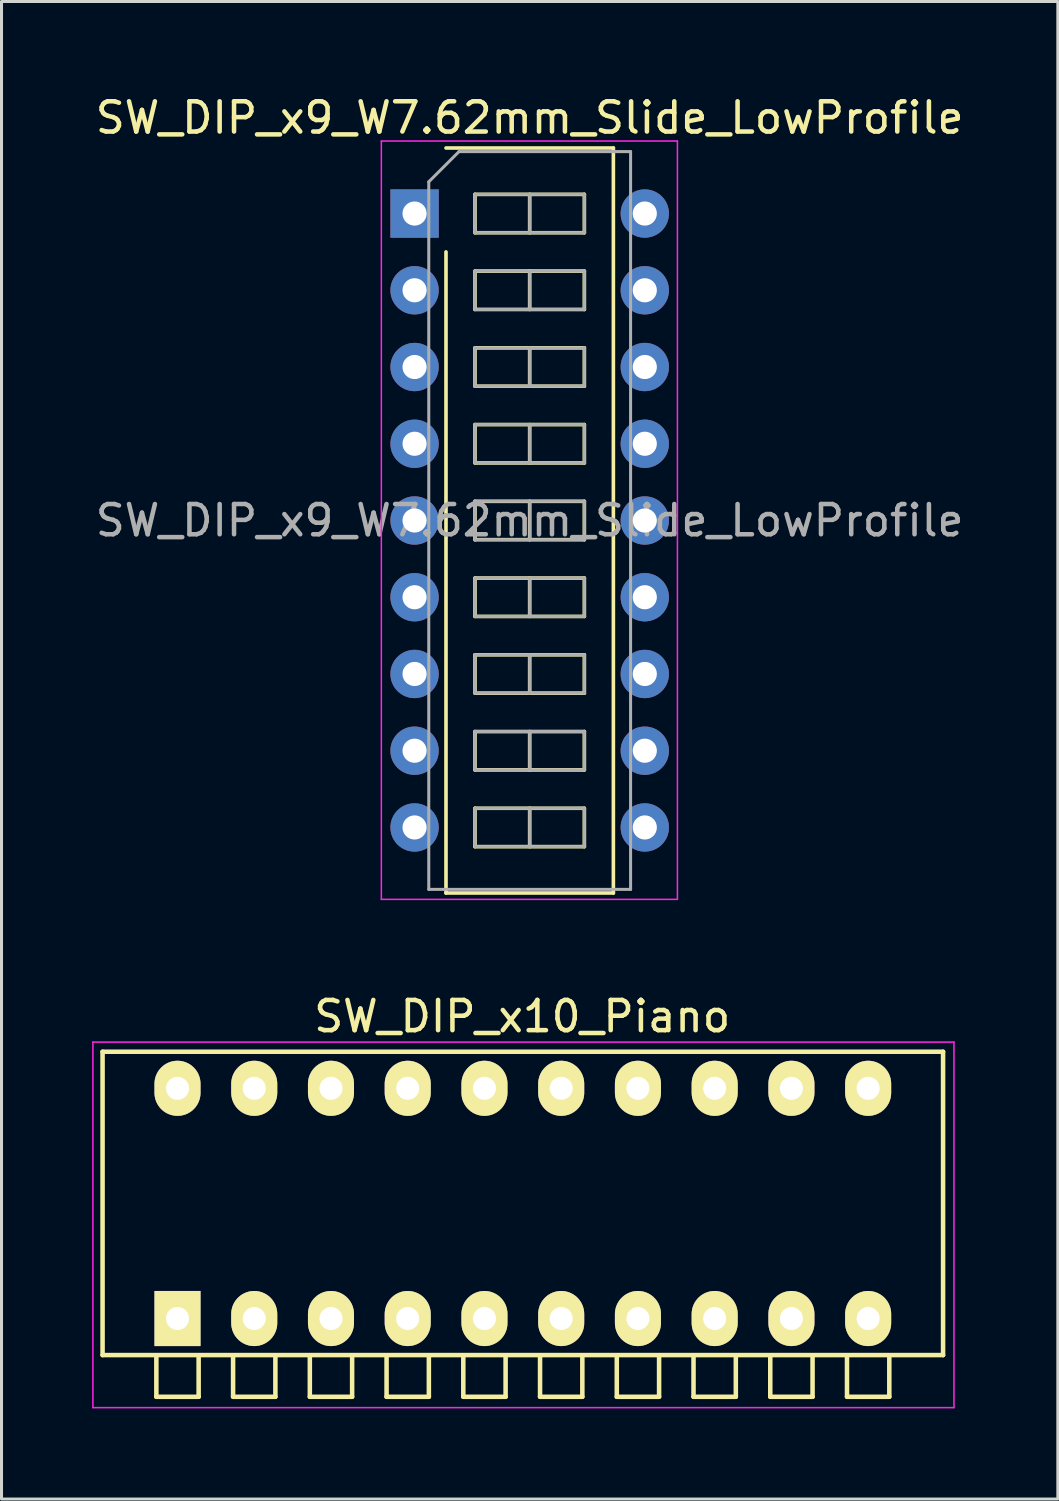
<source format=kicad_pcb>
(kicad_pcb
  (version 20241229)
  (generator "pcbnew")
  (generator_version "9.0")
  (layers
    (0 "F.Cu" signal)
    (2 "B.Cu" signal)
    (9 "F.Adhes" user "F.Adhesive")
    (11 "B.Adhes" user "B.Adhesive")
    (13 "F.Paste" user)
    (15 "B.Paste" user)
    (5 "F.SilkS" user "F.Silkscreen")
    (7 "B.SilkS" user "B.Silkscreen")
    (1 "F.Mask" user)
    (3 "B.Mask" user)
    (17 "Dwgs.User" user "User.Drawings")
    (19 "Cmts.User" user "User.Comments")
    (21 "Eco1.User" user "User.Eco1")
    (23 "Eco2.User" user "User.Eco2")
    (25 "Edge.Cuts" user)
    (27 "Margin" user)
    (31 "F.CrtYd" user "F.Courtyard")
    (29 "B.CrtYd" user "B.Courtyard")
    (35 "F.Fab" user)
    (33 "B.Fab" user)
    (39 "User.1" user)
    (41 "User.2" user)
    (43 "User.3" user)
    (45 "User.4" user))
  (footprint "SW_DIP_x10_Piano"
    (layer "F.Cu")
    (at 2.825 40.592)
    (property "Reference" "SW_DIP_x10_Piano" (at 11.41 -10 0) (layer "F.SilkS") (effects (font (size 1 1) (thickness 0.15))))
    (attr through_hole)
    (fp_line (start -2.48 -8.83) (end 25.34 -8.83) (stroke (width 0.15) (type solid)) (layer "F.SilkS"))
    (fp_line (start -2.48 1.21) (end -2.48 -8.83) (stroke (width 0.15) (type solid)) (layer "F.SilkS"))
    (fp_line (start -0.7 1.22) (end -0.7 2.59) (stroke (width 0.15) (type solid)) (layer "F.SilkS"))
    (fp_line (start -0.7 2.59) (end 0.7 2.59) (stroke (width 0.15) (type solid)) (layer "F.SilkS"))
    (fp_line (start 0.7 2.59) (end 0.7 1.22) (stroke (width 0.15) (type solid)) (layer "F.SilkS"))
    (fp_line (start 1.84 1.22) (end 1.84 2.59) (stroke (width 0.15) (type solid)) (layer "F.SilkS"))
    (fp_line (start 1.84 2.59) (end 3.24 2.59) (stroke (width 0.15) (type solid)) (layer "F.SilkS"))
    (fp_line (start 3.24 2.59) (end 3.24 1.22) (stroke (width 0.15) (type solid)) (layer "F.SilkS"))
    (fp_line (start 4.38 1.22) (end 4.38 2.59) (stroke (width 0.15) (type solid)) (layer "F.SilkS"))
    (fp_line (start 4.38 2.59) (end 5.78 2.59) (stroke (width 0.15) (type solid)) (layer "F.SilkS"))
    (fp_line (start 5.78 2.59) (end 5.78 1.22) (stroke (width 0.15) (type solid)) (layer "F.SilkS"))
    (fp_line (start 6.92 1.22) (end 6.92 2.59) (stroke (width 0.15) (type solid)) (layer "F.SilkS"))
    (fp_line (start 6.92 2.59) (end 8.32 2.59) (stroke (width 0.15) (type solid)) (layer "F.SilkS"))
    (fp_line (start 8.32 2.59) (end 8.32 1.22) (stroke (width 0.15) (type solid)) (layer "F.SilkS"))
    (fp_line (start 9.46 1.22) (end 9.46 2.59) (stroke (width 0.15) (type solid)) (layer "F.SilkS"))
    (fp_line (start 9.46 2.59) (end 10.86 2.59) (stroke (width 0.15) (type solid)) (layer "F.SilkS"))
    (fp_line (start 10.86 2.59) (end 10.86 1.22) (stroke (width 0.15) (type solid)) (layer "F.SilkS"))
    (fp_line (start 12 1.22) (end 12 2.59) (stroke (width 0.15) (type solid)) (layer "F.SilkS"))
    (fp_line (start 12 2.59) (end 13.4 2.59) (stroke (width 0.15) (type solid)) (layer "F.SilkS"))
    (fp_line (start 13.4 2.59) (end 13.4 1.22) (stroke (width 0.15) (type solid)) (layer "F.SilkS"))
    (fp_line (start 14.54 1.22) (end 14.54 2.59) (stroke (width 0.15) (type solid)) (layer "F.SilkS"))
    (fp_line (start 14.54 2.59) (end 15.94 2.59) (stroke (width 0.15) (type solid)) (layer "F.SilkS"))
    (fp_line (start 15.94 2.59) (end 15.94 1.22) (stroke (width 0.15) (type solid)) (layer "F.SilkS"))
    (fp_line (start 17.08 1.22) (end 17.08 2.59) (stroke (width 0.15) (type solid)) (layer "F.SilkS"))
    (fp_line (start 17.08 2.59) (end 18.48 2.59) (stroke (width 0.15) (type solid)) (layer "F.SilkS"))
    (fp_line (start 18.48 2.59) (end 18.48 1.22) (stroke (width 0.15) (type solid)) (layer "F.SilkS"))
    (fp_line (start 19.62 1.22) (end 19.62 2.59) (stroke (width 0.15) (type solid)) (layer "F.SilkS"))
    (fp_line (start 19.62 2.59) (end 21.02 2.59) (stroke (width 0.15) (type solid)) (layer "F.SilkS"))
    (fp_line (start 21.02 2.59) (end 21.02 1.22) (stroke (width 0.15) (type solid)) (layer "F.SilkS"))
    (fp_line (start 22.16 1.22) (end 22.16 2.59) (stroke (width 0.15) (type solid)) (layer "F.SilkS"))
    (fp_line (start 22.16 2.59) (end 23.56 2.59) (stroke (width 0.15) (type solid)) (layer "F.SilkS"))
    (fp_line (start 23.56 2.59) (end 23.56 1.22) (stroke (width 0.15) (type solid)) (layer "F.SilkS"))
    (fp_line (start 25.34 -8.83) (end 25.34 1.21) (stroke (width 0.15) (type solid)) (layer "F.SilkS"))
    (fp_line (start 25.34 1.21) (end -2.48 1.21) (stroke (width 0.15) (type solid)) (layer "F.SilkS"))
    (fp_line (start -2.8 -9.15) (end -2.8 2.95) (stroke (width 0.05) (type solid)) (layer "F.CrtYd"))
    (fp_line (start -2.8 2.95) (end 25.7 2.95) (stroke (width 0.05) (type solid)) (layer "F.CrtYd"))
    (fp_line (start 25.7 -9.15) (end -2.8 -9.15) (stroke (width 0.05) (type solid)) (layer "F.CrtYd"))
    (fp_line (start 25.7 2.95) (end 25.7 -9.15) (stroke (width 0.05) (type solid)) (layer "F.CrtYd"))
    (pad "1" thru_hole rect (at 0 0) (size 1.524 1.824) (drill 0.762) (layers "*.Cu" "*.Mask" "F.SilkS"))
    (pad "2" thru_hole oval (at 2.54 0) (size 1.524 1.824) (drill 0.762) (layers "*.Cu" "*.Mask" "F.SilkS"))
    (pad "3" thru_hole oval (at 5.08 0) (size 1.524 1.824) (drill 0.762) (layers "*.Cu" "*.Mask" "F.SilkS"))
    (pad "4" thru_hole oval (at 7.62 0) (size 1.524 1.824) (drill 0.762) (layers "*.Cu" "*.Mask" "F.SilkS"))
    (pad "5" thru_hole oval (at 10.16 0) (size 1.524 1.824) (drill 0.762) (layers "*.Cu" "*.Mask" "F.SilkS"))
    (pad "6" thru_hole oval (at 12.7 0) (size 1.524 1.824) (drill 0.762) (layers "*.Cu" "*.Mask" "F.SilkS"))
    (pad "7" thru_hole oval (at 15.24 0) (size 1.524 1.824) (drill 0.762) (layers "*.Cu" "*.Mask" "F.SilkS"))
    (pad "8" thru_hole oval (at 17.78 0) (size 1.524 1.824) (drill 0.762) (layers "*.Cu" "*.Mask" "F.SilkS"))
    (pad "9" thru_hole oval (at 20.32 0) (size 1.524 1.824) (drill 0.762) (layers "*.Cu" "*.Mask" "F.SilkS"))
    (pad "10" thru_hole oval (at 22.86 0) (size 1.524 1.824) (drill 0.762) (layers "*.Cu" "*.Mask" "F.SilkS"))
    (pad "11" thru_hole oval (at 22.86 -7.62) (size 1.524 1.824) (drill 0.762) (layers "*.Cu" "*.Mask" "F.SilkS"))
    (pad "12" thru_hole oval (at 20.32 -7.62) (size 1.524 1.824) (drill 0.762) (layers "*.Cu" "*.Mask" "F.SilkS"))
    (pad "13" thru_hole oval (at 17.78 -7.62) (size 1.524 1.824) (drill 0.762) (layers "*.Cu" "*.Mask" "F.SilkS"))
    (pad "14" thru_hole oval (at 15.24 -7.62) (size 1.524 1.824) (drill 0.762) (layers "*.Cu" "*.Mask" "F.SilkS"))
    (pad "15" thru_hole oval (at 12.7 -7.62) (size 1.524 1.824) (drill 0.762) (layers "*.Cu" "*.Mask" "F.SilkS"))
    (pad "16" thru_hole oval (at 10.16 -7.62) (size 1.524 1.824) (drill 0.762) (layers "*.Cu" "*.Mask" "F.SilkS"))
    (pad "17" thru_hole oval (at 7.62 -7.62) (size 1.524 1.824) (drill 0.762) (layers "*.Cu" "*.Mask" "F.SilkS"))
    (pad "18" thru_hole oval (at 5.08 -7.62) (size 1.524 1.824) (drill 0.762) (layers "*.Cu" "*.Mask" "F.SilkS"))
    (pad "19" thru_hole oval (at 2.54 -7.62) (size 1.524 1.824) (drill 0.762) (layers "*.Cu" "*.Mask" "F.SilkS"))
    (pad "20" thru_hole oval (at 0 -7.62) (size 1.524 1.824) (drill 0.762) (layers "*.Cu" "*.Mask" "F.SilkS")))
  (footprint "SW_DIP_x9_W7.62mm_Slide_LowProfile"
    (layer "F.Cu")
    (at 10.672 4.018)
    (property "Reference" "SW_DIP_x9_W7.62mm_Slide_LowProfile" (at 3.81 -3.17 0) (layer "F.SilkS") (effects (font (size 1 1) (thickness 0.15))))
    (attr through_hole)
    (fp_line (start 1.04 -2.17) (end 6.58 -2.17) (stroke (width 0.12) (type solid)) (layer "F.SilkS"))
    (fp_line (start 1.04 22.49) (end 1.04 1.27) (stroke (width 0.12) (type solid)) (layer "F.SilkS"))
    (fp_line (start 2 -0.635) (end 2 0.635) (stroke (width 0.12) (type solid)) (layer "F.SilkS"))
    (fp_line (start 2 0.635) (end 5.62 0.635) (stroke (width 0.12) (type solid)) (layer "F.SilkS"))
    (fp_line (start 2 1.905) (end 2 3.175) (stroke (width 0.12) (type solid)) (layer "F.SilkS"))
    (fp_line (start 2 3.175) (end 5.62 3.175) (stroke (width 0.12) (type solid)) (layer "F.SilkS"))
    (fp_line (start 2 4.445) (end 2 5.715) (stroke (width 0.12) (type solid)) (layer "F.SilkS"))
    (fp_line (start 2 5.715) (end 5.62 5.715) (stroke (width 0.12) (type solid)) (layer "F.SilkS"))
    (fp_line (start 2 6.985) (end 2 8.255) (stroke (width 0.12) (type solid)) (layer "F.SilkS"))
    (fp_line (start 2 8.255) (end 5.62 8.255) (stroke (width 0.12) (type solid)) (layer "F.SilkS"))
    (fp_line (start 2 9.525) (end 2 10.795) (stroke (width 0.12) (type solid)) (layer "F.SilkS"))
    (fp_line (start 2 10.795) (end 5.62 10.795) (stroke (width 0.12) (type solid)) (layer "F.SilkS"))
    (fp_line (start 2 12.065) (end 2 13.335) (stroke (width 0.12) (type solid)) (layer "F.SilkS"))
    (fp_line (start 2 13.335) (end 5.62 13.335) (stroke (width 0.12) (type solid)) (layer "F.SilkS"))
    (fp_line (start 2 14.605) (end 2 15.875) (stroke (width 0.12) (type solid)) (layer "F.SilkS"))
    (fp_line (start 2 15.875) (end 5.62 15.875) (stroke (width 0.12) (type solid)) (layer "F.SilkS"))
    (fp_line (start 2 17.145) (end 2 18.415) (stroke (width 0.12) (type solid)) (layer "F.SilkS"))
    (fp_line (start 2 18.415) (end 5.62 18.415) (stroke (width 0.12) (type solid)) (layer "F.SilkS"))
    (fp_line (start 2 19.685) (end 2 20.955) (stroke (width 0.12) (type solid)) (layer "F.SilkS"))
    (fp_line (start 2 20.955) (end 5.62 20.955) (stroke (width 0.12) (type solid)) (layer "F.SilkS"))
    (fp_line (start 3.81 -0.635) (end 3.81 0.635) (stroke (width 0.12) (type solid)) (layer "F.SilkS"))
    (fp_line (start 3.81 1.905) (end 3.81 3.175) (stroke (width 0.12) (type solid)) (layer "F.SilkS"))
    (fp_line (start 3.81 4.445) (end 3.81 5.715) (stroke (width 0.12) (type solid)) (layer "F.SilkS"))
    (fp_line (start 3.81 6.985) (end 3.81 8.255) (stroke (width 0.12) (type solid)) (layer "F.SilkS"))
    (fp_line (start 3.81 9.525) (end 3.81 10.795) (stroke (width 0.12) (type solid)) (layer "F.SilkS"))
    (fp_line (start 3.81 12.065) (end 3.81 13.335) (stroke (width 0.12) (type solid)) (layer "F.SilkS"))
    (fp_line (start 3.81 14.605) (end 3.81 15.875) (stroke (width 0.12) (type solid)) (layer "F.SilkS"))
    (fp_line (start 3.81 17.145) (end 3.81 18.415) (stroke (width 0.12) (type solid)) (layer "F.SilkS"))
    (fp_line (start 3.81 19.685) (end 3.81 20.955) (stroke (width 0.12) (type solid)) (layer "F.SilkS"))
    (fp_line (start 5.62 -0.635) (end 2 -0.635) (stroke (width 0.12) (type solid)) (layer "F.SilkS"))
    (fp_line (start 5.62 0.635) (end 5.62 -0.635) (stroke (width 0.12) (type solid)) (layer "F.SilkS"))
    (fp_line (start 5.62 1.905) (end 2 1.905) (stroke (width 0.12) (type solid)) (layer "F.SilkS"))
    (fp_line (start 5.62 3.175) (end 5.62 1.905) (stroke (width 0.12) (type solid)) (layer "F.SilkS"))
    (fp_line (start 5.62 4.445) (end 2 4.445) (stroke (width 0.12) (type solid)) (layer "F.SilkS"))
    (fp_line (start 5.62 5.715) (end 5.62 4.445) (stroke (width 0.12) (type solid)) (layer "F.SilkS"))
    (fp_line (start 5.62 6.985) (end 2 6.985) (stroke (width 0.12) (type solid)) (layer "F.SilkS"))
    (fp_line (start 5.62 8.255) (end 5.62 6.985) (stroke (width 0.12) (type solid)) (layer "F.SilkS"))
    (fp_line (start 5.62 9.525) (end 2 9.525) (stroke (width 0.12) (type solid)) (layer "F.SilkS"))
    (fp_line (start 5.62 10.795) (end 5.62 9.525) (stroke (width 0.12) (type solid)) (layer "F.SilkS"))
    (fp_line (start 5.62 12.065) (end 2 12.065) (stroke (width 0.12) (type solid)) (layer "F.SilkS"))
    (fp_line (start 5.62 13.335) (end 5.62 12.065) (stroke (width 0.12) (type solid)) (layer "F.SilkS"))
    (fp_line (start 5.62 14.605) (end 2 14.605) (stroke (width 0.12) (type solid)) (layer "F.SilkS"))
    (fp_line (start 5.62 15.875) (end 5.62 14.605) (stroke (width 0.12) (type solid)) (layer "F.SilkS"))
    (fp_line (start 5.62 17.145) (end 2 17.145) (stroke (width 0.12) (type solid)) (layer "F.SilkS"))
    (fp_line (start 5.62 18.415) (end 5.62 17.145) (stroke (width 0.12) (type solid)) (layer "F.SilkS"))
    (fp_line (start 5.62 19.685) (end 2 19.685) (stroke (width 0.12) (type solid)) (layer "F.SilkS"))
    (fp_line (start 5.62 20.955) (end 5.62 19.685) (stroke (width 0.12) (type solid)) (layer "F.SilkS"))
    (fp_line (start 6.58 -2.17) (end 6.58 22.49) (stroke (width 0.12) (type solid)) (layer "F.SilkS"))
    (fp_line (start 6.58 22.49) (end 1.04 22.49) (stroke (width 0.12) (type solid)) (layer "F.SilkS"))
    (fp_line (start -1.1 -2.4) (end -1.1 22.7) (stroke (width 0.05) (type solid)) (layer "F.CrtYd"))
    (fp_line (start -1.1 22.7) (end 8.7 22.7) (stroke (width 0.05) (type solid)) (layer "F.CrtYd"))
    (fp_line (start 8.7 -2.4) (end -1.1 -2.4) (stroke (width 0.05) (type solid)) (layer "F.CrtYd"))
    (fp_line (start 8.7 22.7) (end 8.7 -2.4) (stroke (width 0.05) (type solid)) (layer "F.CrtYd"))
    (fp_line (start 0.47 -1.05) (end 1.47 -2.05) (stroke (width 0.1) (type solid)) (layer "F.Fab"))
    (fp_line (start 0.47 22.37) (end 0.47 -1.05) (stroke (width 0.1) (type solid)) (layer "F.Fab"))
    (fp_line (start 1.47 -2.05) (end 7.15 -2.05) (stroke (width 0.1) (type solid)) (layer "F.Fab"))
    (fp_line (start 2 -0.635) (end 2 0.635) (stroke (width 0.1) (type solid)) (layer "F.Fab"))
    (fp_line (start 2 0.635) (end 5.62 0.635) (stroke (width 0.1) (type solid)) (layer "F.Fab"))
    (fp_line (start 2 1.905) (end 2 3.175) (stroke (width 0.1) (type solid)) (layer "F.Fab"))
    (fp_line (start 2 3.175) (end 5.62 3.175) (stroke (width 0.1) (type solid)) (layer "F.Fab"))
    (fp_line (start 2 4.445) (end 2 5.715) (stroke (width 0.1) (type solid)) (layer "F.Fab"))
    (fp_line (start 2 5.715) (end 5.62 5.715) (stroke (width 0.1) (type solid)) (layer "F.Fab"))
    (fp_line (start 2 6.985) (end 2 8.255) (stroke (width 0.1) (type solid)) (layer "F.Fab"))
    (fp_line (start 2 8.255) (end 5.62 8.255) (stroke (width 0.1) (type solid)) (layer "F.Fab"))
    (fp_line (start 2 9.525) (end 2 10.795) (stroke (width 0.1) (type solid)) (layer "F.Fab"))
    (fp_line (start 2 10.795) (end 5.62 10.795) (stroke (width 0.1) (type solid)) (layer "F.Fab"))
    (fp_line (start 2 12.065) (end 2 13.335) (stroke (width 0.1) (type solid)) (layer "F.Fab"))
    (fp_line (start 2 13.335) (end 5.62 13.335) (stroke (width 0.1) (type solid)) (layer "F.Fab"))
    (fp_line (start 2 14.605) (end 2 15.875) (stroke (width 0.1) (type solid)) (layer "F.Fab"))
    (fp_line (start 2 15.875) (end 5.62 15.875) (stroke (width 0.1) (type solid)) (layer "F.Fab"))
    (fp_line (start 2 17.145) (end 2 18.415) (stroke (width 0.1) (type solid)) (layer "F.Fab"))
    (fp_line (start 2 18.415) (end 5.62 18.415) (stroke (width 0.1) (type solid)) (layer "F.Fab"))
    (fp_line (start 2 19.685) (end 2 20.955) (stroke (width 0.1) (type solid)) (layer "F.Fab"))
    (fp_line (start 2 20.955) (end 5.62 20.955) (stroke (width 0.1) (type solid)) (layer "F.Fab"))
    (fp_line (start 3.81 -0.635) (end 3.81 0.635) (stroke (width 0.1) (type solid)) (layer "F.Fab"))
    (fp_line (start 3.81 1.905) (end 3.81 3.175) (stroke (width 0.1) (type solid)) (layer "F.Fab"))
    (fp_line (start 3.81 4.445) (end 3.81 5.715) (stroke (width 0.1) (type solid)) (layer "F.Fab"))
    (fp_line (start 3.81 6.985) (end 3.81 8.255) (stroke (width 0.1) (type solid)) (layer "F.Fab"))
    (fp_line (start 3.81 9.525) (end 3.81 10.795) (stroke (width 0.1) (type solid)) (layer "F.Fab"))
    (fp_line (start 3.81 12.065) (end 3.81 13.335) (stroke (width 0.1) (type solid)) (layer "F.Fab"))
    (fp_line (start 3.81 14.605) (end 3.81 15.875) (stroke (width 0.1) (type solid)) (layer "F.Fab"))
    (fp_line (start 3.81 17.145) (end 3.81 18.415) (stroke (width 0.1) (type solid)) (layer "F.Fab"))
    (fp_line (start 3.81 19.685) (end 3.81 20.955) (stroke (width 0.1) (type solid)) (layer "F.Fab"))
    (fp_line (start 5.62 -0.635) (end 2 -0.635) (stroke (width 0.1) (type solid)) (layer "F.Fab"))
    (fp_line (start 5.62 0.635) (end 5.62 -0.635) (stroke (width 0.1) (type solid)) (layer "F.Fab"))
    (fp_line (start 5.62 1.905) (end 2 1.905) (stroke (width 0.1) (type solid)) (layer "F.Fab"))
    (fp_line (start 5.62 3.175) (end 5.62 1.905) (stroke (width 0.1) (type solid)) (layer "F.Fab"))
    (fp_line (start 5.62 4.445) (end 2 4.445) (stroke (width 0.1) (type solid)) (layer "F.Fab"))
    (fp_line (start 5.62 5.715) (end 5.62 4.445) (stroke (width 0.1) (type solid)) (layer "F.Fab"))
    (fp_line (start 5.62 6.985) (end 2 6.985) (stroke (width 0.1) (type solid)) (layer "F.Fab"))
    (fp_line (start 5.62 8.255) (end 5.62 6.985) (stroke (width 0.1) (type solid)) (layer "F.Fab"))
    (fp_line (start 5.62 9.525) (end 2 9.525) (stroke (width 0.1) (type solid)) (layer "F.Fab"))
    (fp_line (start 5.62 10.795) (end 5.62 9.525) (stroke (width 0.1) (type solid)) (layer "F.Fab"))
    (fp_line (start 5.62 12.065) (end 2 12.065) (stroke (width 0.1) (type solid)) (layer "F.Fab"))
    (fp_line (start 5.62 13.335) (end 5.62 12.065) (stroke (width 0.1) (type solid)) (layer "F.Fab"))
    (fp_line (start 5.62 14.605) (end 2 14.605) (stroke (width 0.1) (type solid)) (layer "F.Fab"))
    (fp_line (start 5.62 15.875) (end 5.62 14.605) (stroke (width 0.1) (type solid)) (layer "F.Fab"))
    (fp_line (start 5.62 17.145) (end 2 17.145) (stroke (width 0.1) (type solid)) (layer "F.Fab"))
    (fp_line (start 5.62 18.415) (end 5.62 17.145) (stroke (width 0.1) (type solid)) (layer "F.Fab"))
    (fp_line (start 5.62 19.685) (end 2 19.685) (stroke (width 0.1) (type solid)) (layer "F.Fab"))
    (fp_line (start 5.62 20.955) (end 5.62 19.685) (stroke (width 0.1) (type solid)) (layer "F.Fab"))
    (fp_line (start 7.15 -2.05) (end 7.15 22.37) (stroke (width 0.1) (type solid)) (layer "F.Fab"))
    (fp_line (start 7.15 22.37) (end 0.47 22.37) (stroke (width 0.1) (type solid)) (layer "F.Fab"))
    (fp_text user "${REFERENCE}" (at 3.81 10.16 0) (layer "F.Fab") (effects (font (size 1 1) (thickness 0.15))))
    (pad "1" thru_hole rect (at 0 0) (size 1.6 1.6) (drill 0.8) (layers "*.Cu" "*.Mask"))
    (pad "2" thru_hole oval (at 0 2.54) (size 1.6 1.6) (drill 0.8) (layers "*.Cu" "*.Mask"))
    (pad "3" thru_hole oval (at 0 5.08) (size 1.6 1.6) (drill 0.8) (layers "*.Cu" "*.Mask"))
    (pad "4" thru_hole oval (at 0 7.62) (size 1.6 1.6) (drill 0.8) (layers "*.Cu" "*.Mask"))
    (pad "5" thru_hole oval (at 0 10.16) (size 1.6 1.6) (drill 0.8) (layers "*.Cu" "*.Mask"))
    (pad "6" thru_hole oval (at 0 12.7) (size 1.6 1.6) (drill 0.8) (layers "*.Cu" "*.Mask"))
    (pad "7" thru_hole oval (at 0 15.24) (size 1.6 1.6) (drill 0.8) (layers "*.Cu" "*.Mask"))
    (pad "8" thru_hole oval (at 0 17.78) (size 1.6 1.6) (drill 0.8) (layers "*.Cu" "*.Mask"))
    (pad "9" thru_hole oval (at 0 20.32) (size 1.6 1.6) (drill 0.8) (layers "*.Cu" "*.Mask"))
    (pad "10" thru_hole oval (at 7.62 20.32) (size 1.6 1.6) (drill 0.8) (layers "*.Cu" "*.Mask"))
    (pad "11" thru_hole oval (at 7.62 17.78) (size 1.6 1.6) (drill 0.8) (layers "*.Cu" "*.Mask"))
    (pad "12" thru_hole oval (at 7.62 15.24) (size 1.6 1.6) (drill 0.8) (layers "*.Cu" "*.Mask"))
    (pad "13" thru_hole oval (at 7.62 12.7) (size 1.6 1.6) (drill 0.8) (layers "*.Cu" "*.Mask"))
    (pad "14" thru_hole oval (at 7.62 10.16) (size 1.6 1.6) (drill 0.8) (layers "*.Cu" "*.Mask"))
    (pad "15" thru_hole oval (at 7.62 7.62) (size 1.6 1.6) (drill 0.8) (layers "*.Cu" "*.Mask"))
    (pad "16" thru_hole oval (at 7.62 5.08) (size 1.6 1.6) (drill 0.8) (layers "*.Cu" "*.Mask"))
    (pad "17" thru_hole oval (at 7.62 2.54) (size 1.6 1.6) (drill 0.8) (layers "*.Cu" "*.Mask"))
    (pad "18" thru_hole oval (at 7.62 0) (size 1.6 1.6) (drill 0.8) (layers "*.Cu" "*.Mask")))
  (gr_rect
    (start -3 -3)
    (end 31.964 46.566)
    (stroke (width 0.1) (type default))
    (fill no)
    (layer "Edge.Cuts")))
</source>
